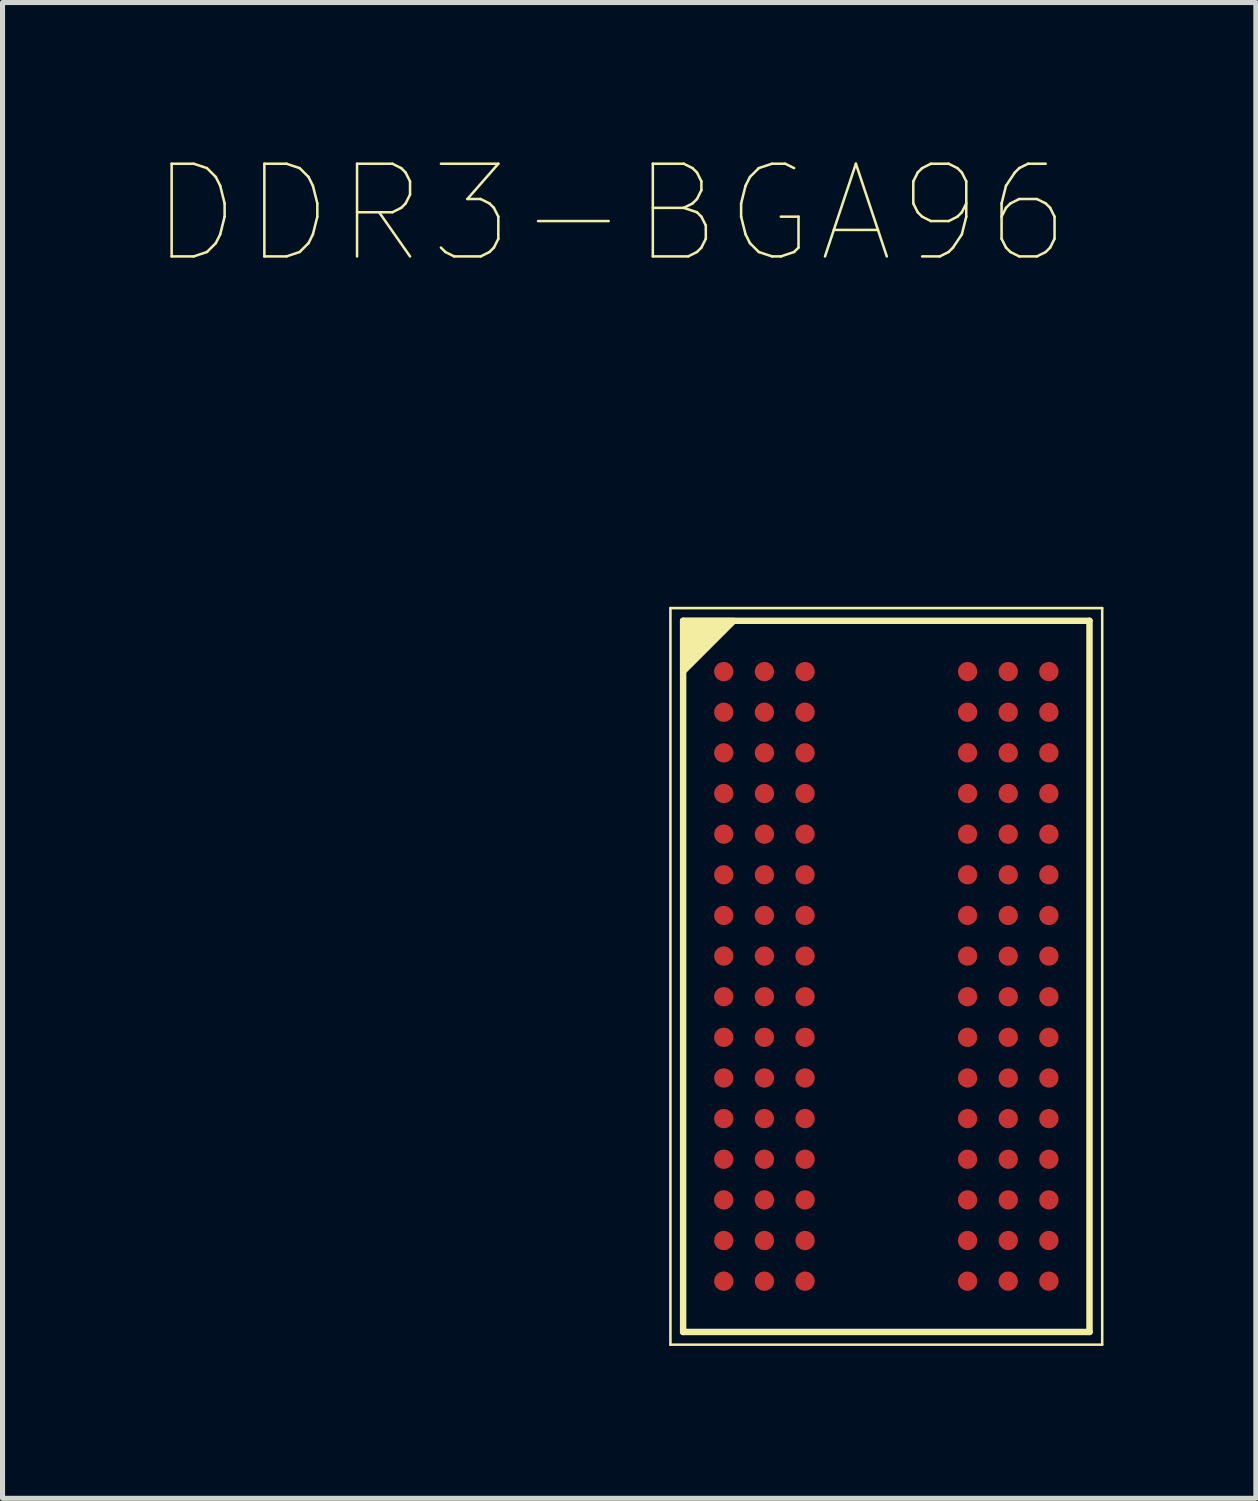
<source format=kicad_pcb>
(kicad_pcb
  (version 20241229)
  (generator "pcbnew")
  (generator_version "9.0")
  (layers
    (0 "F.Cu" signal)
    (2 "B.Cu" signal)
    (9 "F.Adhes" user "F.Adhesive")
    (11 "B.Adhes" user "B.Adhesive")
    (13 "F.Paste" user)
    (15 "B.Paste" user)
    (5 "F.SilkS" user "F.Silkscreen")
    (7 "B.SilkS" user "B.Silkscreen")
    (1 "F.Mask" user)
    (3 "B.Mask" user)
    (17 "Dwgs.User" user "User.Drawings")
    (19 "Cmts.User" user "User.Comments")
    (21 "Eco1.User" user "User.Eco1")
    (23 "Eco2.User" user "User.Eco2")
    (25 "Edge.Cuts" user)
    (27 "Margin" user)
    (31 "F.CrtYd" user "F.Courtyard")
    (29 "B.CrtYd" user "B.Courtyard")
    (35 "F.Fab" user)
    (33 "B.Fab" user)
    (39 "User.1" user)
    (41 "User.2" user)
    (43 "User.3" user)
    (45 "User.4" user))
  (footprint "DDR3-BGA96"
    (layer "F.Cu")
    (at 14.398 16.171)
    (property "Reference" "DDR3-BGA96" (at -5.422 -15.015 0) (layer "F.SilkS") (effects (font (size 1.825 1.825) (thickness 0.05))))
    (attr smd)
    (fp_line (start -4.25 -7.25) (end 4.25 -7.25) (stroke (width 0.05) (type solid)) (layer "F.SilkS"))
    (fp_line (start -4.25 7.25) (end -4.25 -7.25) (stroke (width 0.05) (type solid)) (layer "F.SilkS"))
    (fp_line (start -4.25 7.25) (end 4.25 7.25) (stroke (width 0.05) (type solid)) (layer "F.SilkS"))
    (fp_line (start -4 7) (end -4 -7) (stroke (width 0.127) (type solid)) (layer "F.SilkS"))
    (fp_line (start 4 -7) (end -4 -7) (stroke (width 0.127) (type solid)) (layer "F.SilkS"))
    (fp_line (start 4 7) (end -4 7) (stroke (width 0.127) (type solid)) (layer "F.SilkS"))
    (fp_line (start 4 7) (end 4 -7) (stroke (width 0.127) (type solid)) (layer "F.SilkS"))
    (fp_line (start 4.25 7.25) (end 4.25 -7.25) (stroke (width 0.05) (type solid)) (layer "F.SilkS"))
    (fp_poly (pts (xy -4 -6) (xy -4 -7) (xy -3 -7)) (stroke (width 0.12) (type solid)) (fill yes) (layer "F.SilkS"))
    (fp_line (start 4 -7) (end -4 -7) (stroke (width 0.127) (type solid)) (layer "Eco2.User"))
    (fp_line (start 4 7) (end -4 7) (stroke (width 0.127) (type solid)) (layer "Eco2.User"))
    (pad "A1" smd circle (at -3.2 -6) (size 0.38 0.38) (layers "F.Cu" "F.Mask" "F.Paste"))
    (pad "A2" smd circle (at -2.4 -6) (size 0.38 0.38) (layers "F.Cu" "F.Mask" "F.Paste"))
    (pad "A3" smd circle (at -1.6 -6) (size 0.38 0.38) (layers "F.Cu" "F.Mask" "F.Paste"))
    (pad "A7" smd circle (at 1.6 -6) (size 0.38 0.38) (layers "F.Cu" "F.Mask" "F.Paste"))
    (pad "A8" smd circle (at 2.4 -6) (size 0.38 0.38) (layers "F.Cu" "F.Mask" "F.Paste"))
    (pad "A9" smd circle (at 3.2 -6) (size 0.38 0.38) (layers "F.Cu" "F.Mask" "F.Paste"))
    (pad "B1" smd circle (at -3.2 -5.2) (size 0.38 0.38) (layers "F.Cu" "F.Mask" "F.Paste"))
    (pad "B2" smd circle (at -2.4 -5.2) (size 0.38 0.38) (layers "F.Cu" "F.Mask" "F.Paste"))
    (pad "B3" smd circle (at -1.6 -5.2) (size 0.38 0.38) (layers "F.Cu" "F.Mask" "F.Paste"))
    (pad "B7" smd circle (at 1.6 -5.2) (size 0.38 0.38) (layers "F.Cu" "F.Mask" "F.Paste"))
    (pad "B8" smd circle (at 2.4 -5.2) (size 0.38 0.38) (layers "F.Cu" "F.Mask" "F.Paste"))
    (pad "B9" smd circle (at 3.2 -5.2) (size 0.38 0.38) (layers "F.Cu" "F.Mask" "F.Paste"))
    (pad "C1" smd circle (at -3.2 -4.4) (size 0.38 0.38) (layers "F.Cu" "F.Mask" "F.Paste"))
    (pad "C2" smd circle (at -2.4 -4.4) (size 0.38 0.38) (layers "F.Cu" "F.Mask" "F.Paste"))
    (pad "C3" smd circle (at -1.6 -4.4) (size 0.38 0.38) (layers "F.Cu" "F.Mask" "F.Paste"))
    (pad "C7" smd circle (at 1.6 -4.4) (size 0.38 0.38) (layers "F.Cu" "F.Mask" "F.Paste"))
    (pad "C8" smd circle (at 2.4 -4.4) (size 0.38 0.38) (layers "F.Cu" "F.Mask" "F.Paste"))
    (pad "C9" smd circle (at 3.2 -4.4) (size 0.38 0.38) (layers "F.Cu" "F.Mask" "F.Paste"))
    (pad "D1" smd circle (at -3.2 -3.6) (size 0.38 0.38) (layers "F.Cu" "F.Mask" "F.Paste"))
    (pad "D2" smd circle (at -2.4 -3.6) (size 0.38 0.38) (layers "F.Cu" "F.Mask" "F.Paste"))
    (pad "D3" smd circle (at -1.6 -3.6) (size 0.38 0.38) (layers "F.Cu" "F.Mask" "F.Paste"))
    (pad "D7" smd circle (at 1.6 -3.6) (size 0.38 0.38) (layers "F.Cu" "F.Mask" "F.Paste"))
    (pad "D8" smd circle (at 2.4 -3.6) (size 0.38 0.38) (layers "F.Cu" "F.Mask" "F.Paste"))
    (pad "D9" smd circle (at 3.2 -3.6) (size 0.38 0.38) (layers "F.Cu" "F.Mask" "F.Paste"))
    (pad "E1" smd circle (at -3.2 -2.8) (size 0.38 0.38) (layers "F.Cu" "F.Mask" "F.Paste"))
    (pad "E2" smd circle (at -2.4 -2.8) (size 0.38 0.38) (layers "F.Cu" "F.Mask" "F.Paste"))
    (pad "E3" smd circle (at -1.6 -2.8) (size 0.38 0.38) (layers "F.Cu" "F.Mask" "F.Paste"))
    (pad "E7" smd circle (at 1.6 -2.8) (size 0.38 0.38) (layers "F.Cu" "F.Mask" "F.Paste"))
    (pad "E8" smd circle (at 2.4 -2.8) (size 0.38 0.38) (layers "F.Cu" "F.Mask" "F.Paste"))
    (pad "E9" smd circle (at 3.2 -2.8) (size 0.38 0.38) (layers "F.Cu" "F.Mask" "F.Paste"))
    (pad "F1" smd circle (at -3.2 -2) (size 0.38 0.38) (layers "F.Cu" "F.Mask" "F.Paste"))
    (pad "F2" smd circle (at -2.4 -2) (size 0.38 0.38) (layers "F.Cu" "F.Mask" "F.Paste"))
    (pad "F3" smd circle (at -1.6 -2) (size 0.38 0.38) (layers "F.Cu" "F.Mask" "F.Paste"))
    (pad "F7" smd circle (at 1.6 -2) (size 0.38 0.38) (layers "F.Cu" "F.Mask" "F.Paste"))
    (pad "F8" smd circle (at 2.4 -2) (size 0.38 0.38) (layers "F.Cu" "F.Mask" "F.Paste"))
    (pad "F9" smd circle (at 3.2 -2) (size 0.38 0.38) (layers "F.Cu" "F.Mask" "F.Paste"))
    (pad "G1" smd circle (at -3.2 -1.2) (size 0.38 0.38) (layers "F.Cu" "F.Mask" "F.Paste"))
    (pad "G2" smd circle (at -2.4 -1.2) (size 0.38 0.38) (layers "F.Cu" "F.Mask" "F.Paste"))
    (pad "G3" smd circle (at -1.6 -1.2) (size 0.38 0.38) (layers "F.Cu" "F.Mask" "F.Paste"))
    (pad "G7" smd circle (at 1.6 -1.2) (size 0.38 0.38) (layers "F.Cu" "F.Mask" "F.Paste"))
    (pad "G8" smd circle (at 2.4 -1.2) (size 0.38 0.38) (layers "F.Cu" "F.Mask" "F.Paste"))
    (pad "G9" smd circle (at 3.2 -1.2) (size 0.38 0.38) (layers "F.Cu" "F.Mask" "F.Paste"))
    (pad "H1" smd circle (at -3.2 -0.4) (size 0.38 0.38) (layers "F.Cu" "F.Mask" "F.Paste"))
    (pad "H2" smd circle (at -2.4 -0.4) (size 0.38 0.38) (layers "F.Cu" "F.Mask" "F.Paste"))
    (pad "H3" smd circle (at -1.6 -0.4) (size 0.38 0.38) (layers "F.Cu" "F.Mask" "F.Paste"))
    (pad "H7" smd circle (at 1.6 -0.4) (size 0.38 0.38) (layers "F.Cu" "F.Mask" "F.Paste"))
    (pad "H8" smd circle (at 2.4 -0.4) (size 0.38 0.38) (layers "F.Cu" "F.Mask" "F.Paste"))
    (pad "H9" smd circle (at 3.2 -0.4) (size 0.38 0.38) (layers "F.Cu" "F.Mask" "F.Paste"))
    (pad "J1" smd circle (at -3.2 0.4) (size 0.38 0.38) (layers "F.Cu" "F.Mask" "F.Paste"))
    (pad "J2" smd circle (at -2.4 0.4) (size 0.38 0.38) (layers "F.Cu" "F.Mask" "F.Paste"))
    (pad "J3" smd circle (at -1.6 0.4) (size 0.38 0.38) (layers "F.Cu" "F.Mask" "F.Paste"))
    (pad "J7" smd circle (at 1.6 0.4) (size 0.38 0.38) (layers "F.Cu" "F.Mask" "F.Paste"))
    (pad "J8" smd circle (at 2.4 0.4) (size 0.38 0.38) (layers "F.Cu" "F.Mask" "F.Paste"))
    (pad "J9" smd circle (at 3.2 0.4) (size 0.38 0.38) (layers "F.Cu" "F.Mask" "F.Paste"))
    (pad "K1" smd circle (at -3.2 1.2) (size 0.38 0.38) (layers "F.Cu" "F.Mask" "F.Paste"))
    (pad "K2" smd circle (at -2.4 1.2) (size 0.38 0.38) (layers "F.Cu" "F.Mask" "F.Paste"))
    (pad "K3" smd circle (at -1.6 1.2) (size 0.38 0.38) (layers "F.Cu" "F.Mask" "F.Paste"))
    (pad "K7" smd circle (at 1.6 1.2) (size 0.38 0.38) (layers "F.Cu" "F.Mask" "F.Paste"))
    (pad "K8" smd circle (at 2.4 1.2) (size 0.38 0.38) (layers "F.Cu" "F.Mask" "F.Paste"))
    (pad "K9" smd circle (at 3.2 1.2) (size 0.38 0.38) (layers "F.Cu" "F.Mask" "F.Paste"))
    (pad "L1" smd circle (at -3.2 2) (size 0.38 0.38) (layers "F.Cu" "F.Mask" "F.Paste"))
    (pad "L2" smd circle (at -2.4 2) (size 0.38 0.38) (layers "F.Cu" "F.Mask" "F.Paste"))
    (pad "L3" smd circle (at -1.6 2) (size 0.38 0.38) (layers "F.Cu" "F.Mask" "F.Paste"))
    (pad "L7" smd circle (at 1.6 2) (size 0.38 0.38) (layers "F.Cu" "F.Mask" "F.Paste"))
    (pad "L8" smd circle (at 2.4 2) (size 0.38 0.38) (layers "F.Cu" "F.Mask" "F.Paste"))
    (pad "L9" smd circle (at 3.2 2) (size 0.38 0.38) (layers "F.Cu" "F.Mask" "F.Paste"))
    (pad "M1" smd circle (at -3.2 2.8) (size 0.38 0.38) (layers "F.Cu" "F.Mask" "F.Paste"))
    (pad "M2" smd circle (at -2.4 2.8) (size 0.38 0.38) (layers "F.Cu" "F.Mask" "F.Paste"))
    (pad "M3" smd circle (at -1.6 2.8) (size 0.38 0.38) (layers "F.Cu" "F.Mask" "F.Paste"))
    (pad "M7" smd circle (at 1.6 2.8) (size 0.38 0.38) (layers "F.Cu" "F.Mask" "F.Paste"))
    (pad "M8" smd circle (at 2.4 2.8) (size 0.38 0.38) (layers "F.Cu" "F.Mask" "F.Paste"))
    (pad "M9" smd circle (at 3.2 2.8) (size 0.38 0.38) (layers "F.Cu" "F.Mask" "F.Paste"))
    (pad "N1" smd circle (at -3.2 3.6) (size 0.38 0.38) (layers "F.Cu" "F.Mask" "F.Paste"))
    (pad "N2" smd circle (at -2.4 3.6) (size 0.38 0.38) (layers "F.Cu" "F.Mask" "F.Paste"))
    (pad "N3" smd circle (at -1.6 3.6) (size 0.38 0.38) (layers "F.Cu" "F.Mask" "F.Paste"))
    (pad "N7" smd circle (at 1.6 3.6) (size 0.38 0.38) (layers "F.Cu" "F.Mask" "F.Paste"))
    (pad "N8" smd circle (at 2.4 3.6) (size 0.38 0.38) (layers "F.Cu" "F.Mask" "F.Paste"))
    (pad "N9" smd circle (at 3.2 3.6) (size 0.38 0.38) (layers "F.Cu" "F.Mask" "F.Paste"))
    (pad "P1" smd circle (at -3.2 4.4) (size 0.38 0.38) (layers "F.Cu" "F.Mask" "F.Paste"))
    (pad "P2" smd circle (at -2.4 4.4) (size 0.38 0.38) (layers "F.Cu" "F.Mask" "F.Paste"))
    (pad "P3" smd circle (at -1.6 4.4) (size 0.38 0.38) (layers "F.Cu" "F.Mask" "F.Paste"))
    (pad "P7" smd circle (at 1.6 4.4) (size 0.38 0.38) (layers "F.Cu" "F.Mask" "F.Paste"))
    (pad "P8" smd circle (at 2.4 4.4) (size 0.38 0.38) (layers "F.Cu" "F.Mask" "F.Paste"))
    (pad "P9" smd circle (at 3.2 4.4) (size 0.38 0.38) (layers "F.Cu" "F.Mask" "F.Paste"))
    (pad "R1" smd circle (at -3.2 5.2) (size 0.38 0.38) (layers "F.Cu" "F.Mask" "F.Paste"))
    (pad "R2" smd circle (at -2.4 5.2) (size 0.38 0.38) (layers "F.Cu" "F.Mask" "F.Paste"))
    (pad "R3" smd circle (at -1.6 5.2) (size 0.38 0.38) (layers "F.Cu" "F.Mask" "F.Paste"))
    (pad "R7" smd circle (at 1.6 5.2) (size 0.38 0.38) (layers "F.Cu" "F.Mask" "F.Paste"))
    (pad "R8" smd circle (at 2.4 5.2) (size 0.38 0.38) (layers "F.Cu" "F.Mask" "F.Paste"))
    (pad "R9" smd circle (at 3.2 5.2) (size 0.38 0.38) (layers "F.Cu" "F.Mask" "F.Paste"))
    (pad "T1" smd circle (at -3.2 6) (size 0.38 0.38) (layers "F.Cu" "F.Mask" "F.Paste"))
    (pad "T2" smd circle (at -2.4 6) (size 0.38 0.38) (layers "F.Cu" "F.Mask" "F.Paste"))
    (pad "T3" smd circle (at -1.6 6) (size 0.38 0.38) (layers "F.Cu" "F.Mask" "F.Paste"))
    (pad "T7" smd circle (at 1.6 6) (size 0.38 0.38) (layers "F.Cu" "F.Mask" "F.Paste"))
    (pad "T8" smd circle (at 2.4 6) (size 0.38 0.38) (layers "F.Cu" "F.Mask" "F.Paste"))
    (pad "T9" smd circle (at 3.2 6) (size 0.38 0.38) (layers "F.Cu" "F.Mask" "F.Paste")))
  (gr_rect
    (start -3 -3)
    (end 21.673 26.446)
    (stroke (width 0.1) (type default))
    (fill no)
    (layer "Edge.Cuts")))
</source>
